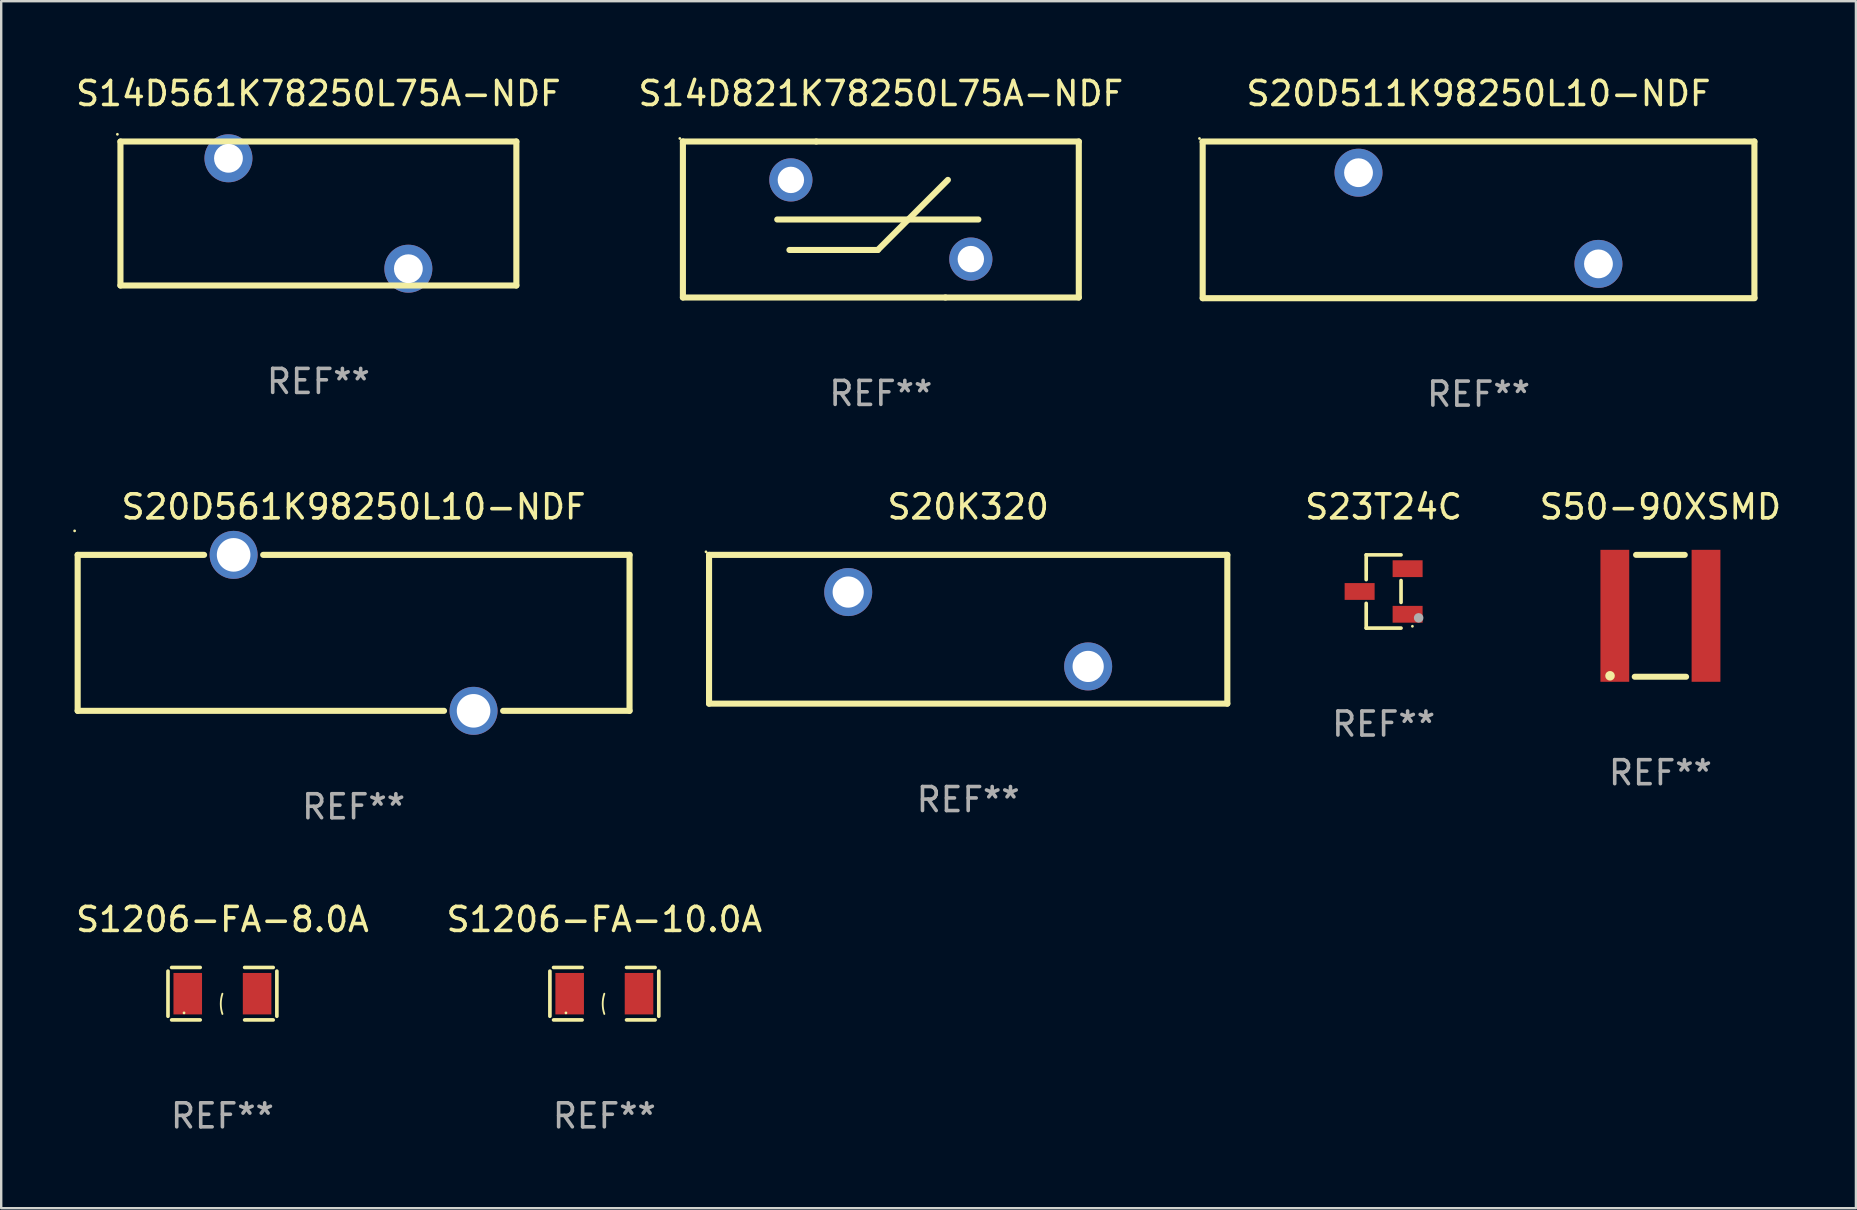
<source format=kicad_pcb>
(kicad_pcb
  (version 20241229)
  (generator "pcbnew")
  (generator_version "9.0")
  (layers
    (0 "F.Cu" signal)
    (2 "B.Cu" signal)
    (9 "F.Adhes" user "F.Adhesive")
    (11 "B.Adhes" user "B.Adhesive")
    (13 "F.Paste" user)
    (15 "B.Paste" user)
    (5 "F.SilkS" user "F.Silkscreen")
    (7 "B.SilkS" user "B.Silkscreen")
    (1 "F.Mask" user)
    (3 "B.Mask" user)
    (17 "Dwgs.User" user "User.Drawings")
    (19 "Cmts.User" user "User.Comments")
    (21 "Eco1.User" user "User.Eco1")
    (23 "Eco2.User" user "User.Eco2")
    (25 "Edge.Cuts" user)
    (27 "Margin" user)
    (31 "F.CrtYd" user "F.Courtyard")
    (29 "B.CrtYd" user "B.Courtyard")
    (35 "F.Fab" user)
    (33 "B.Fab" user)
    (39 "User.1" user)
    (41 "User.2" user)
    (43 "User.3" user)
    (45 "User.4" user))
  (footprint "S50-90XSMD"
    (layer "F.Cu")
    (at 66.151 22.615)
    (property "Reference" "S50-90XSMD" (at 0 -4.54 0) (layer "F.SilkS") (effects (font (size 1 1) (thickness 0.15))))
    (attr through_hole)
    (fp_line (start -1.071 2.54) (end 1.071 2.54) (stroke (width 0.25) (type solid)) (layer "F.SilkS"))
    (fp_line (start -1.016 -2.54) (end 1.016 -2.54) (stroke (width 0.25) (type solid)) (layer "F.SilkS"))
    (fp_circle (center -2.1 2.5) (end -2 2.5) (stroke (width 0.2) (type solid)) (fill no) (layer "F.SilkS"))
    (fp_text user "REF**" (at 0 6.54 0) (layer "F.Fab") (effects (font (size 1 1) (thickness 0.15))))
    (pad "1" smd rect (at -1.9 0) (size 1.2 5.5) (layers "F.Cu" "F.Mask" "F.Paste"))
    (pad "2" smd rect (at 1.9 0) (size 1.2 5.5) (layers "F.Cu" "F.Mask" "F.Paste")))
  (footprint "S14D821K78250L75A-NDF"
    (layer "F.Cu")
    (at 33.661 6.098)
    (property "Reference" "S14D821K78250L75A-NDF" (at 0 -5.25 0) (layer "F.SilkS") (effects (font (size 1 1) (thickness 0.15))))
    (attr through_hole)
    (fp_line (start -8.25 -3.25) (end -2.692 -3.25) (stroke (width 0.254) (type solid)) (layer "F.SilkS"))
    (fp_line (start -8.25 3.25) (end -8.25 -3.25) (stroke (width 0.254) (type solid)) (layer "F.SilkS"))
    (fp_line (start -8.25 3.25) (end 2.692 3.25) (stroke (width 0.254) (type solid)) (layer "F.SilkS"))
    (fp_line (start -4.318 0) (end 4.064 0) (stroke (width 0.254) (type solid)) (layer "F.SilkS"))
    (fp_line (start -3.81 1.27) (end -0.127 1.27) (stroke (width 0.254) (type solid)) (layer "F.SilkS"))
    (fp_line (start -2.692 -3.25) (end 8.25 -3.25) (stroke (width 0.254) (type solid)) (layer "F.SilkS"))
    (fp_line (start -0.127 1.27) (end 2.794 -1.651) (stroke (width 0.254) (type solid)) (layer "F.SilkS"))
    (fp_line (start 2.692 3.25) (end 8.25 3.25) (stroke (width 0.254) (type solid)) (layer "F.SilkS"))
    (fp_line (start 8.25 -3.25) (end 8.25 3.25) (stroke (width 0.254) (type solid)) (layer "F.SilkS"))
    (fp_circle (center -8.377 -3.377) (end -8.347 -3.377) (stroke (width 0.06) (type solid)) (fill no) (layer "F.SilkS"))
    (fp_text user "REF**" (at 0 7.25 0) (layer "F.Fab") (effects (font (size 1 1) (thickness 0.15))))
    (pad "1" thru_hole circle (at -3.75 -1.65) (size 1.8 1.8) (drill 1.1) (layers "*.Cu" "*.Mask"))
    (pad "2" thru_hole circle (at 3.75 1.65) (size 1.8 1.8) (drill 1.1) (layers "*.Cu" "*.Mask")))
  (footprint "S20K320"
    (layer "F.Cu")
    (at 37.301 23.175)
    (property "Reference" "S20K320" (at 0 -5.1 0) (layer "F.SilkS") (effects (font (size 1 1) (thickness 0.15))))
    (attr through_hole)
    (fp_line (start -10.8 -3.1) (end 10.8 -3.1) (stroke (width 0.254) (type solid)) (layer "F.SilkS"))
    (fp_line (start -10.8 3.1) (end -10.8 -3.1) (stroke (width 0.254) (type solid)) (layer "F.SilkS"))
    (fp_line (start 10.8 -3.1) (end 10.8 3.1) (stroke (width 0.254) (type solid)) (layer "F.SilkS"))
    (fp_line (start 10.8 3.1) (end -10.8 3.1) (stroke (width 0.254) (type solid)) (layer "F.SilkS"))
    (fp_circle (center -10.927 -3.227) (end -10.897 -3.227) (stroke (width 0.06) (type solid)) (fill no) (layer "F.SilkS"))
    (fp_text user "REF**" (at 0 7.1 0) (layer "F.Fab") (effects (font (size 1 1) (thickness 0.15))))
    (pad "1" thru_hole circle (at -5 -1.55) (size 2 2) (drill 1.3) (layers "*.Cu" "*.Mask"))
    (pad "2" thru_hole circle (at 5 1.55) (size 2 2) (drill 1.3) (layers "*.Cu" "*.Mask")))
  (footprint "S1206-FA-10.0A"
    (layer "F.Cu")
    (at 22.137 38.364)
    (property "Reference" "S1206-FA-10.0A" (at 0 -3.093 0) (layer "F.SilkS") (effects (font (size 1 1) (thickness 0.15))))
    (attr through_hole)
    (fp_line (start -2.269 -0.94) (end -2.269 0.94) (stroke (width 0.152) (type solid)) (layer "F.SilkS"))
    (fp_line (start -2.116 1.093) (end -0.926 1.093) (stroke (width 0.152) (type solid)) (layer "F.SilkS"))
    (fp_line (start -0.926 -1.093) (end -2.116 -1.093) (stroke (width 0.152) (type solid)) (layer "F.SilkS"))
    (fp_line (start 0.926 -1.093) (end 2.116 -1.093) (stroke (width 0.152) (type solid)) (layer "F.SilkS"))
    (fp_line (start 2.116 1.093) (end 0.926 1.093) (stroke (width 0.152) (type solid)) (layer "F.SilkS"))
    (fp_line (start 2.269 -0.94) (end 2.269 0.94) (stroke (width 0.152) (type solid)) (layer "F.SilkS"))
    (fp_arc (start 0 0.844951) (mid -0.068559 0.422475) (end 0 0) (stroke (width 0.0762) (type solid)) (layer "F.SilkS"))
    (fp_circle (center -1.6 0.8) (end -1.57 0.8) (stroke (width 0.06) (type solid)) (fill no) (layer "F.SilkS"))
    (fp_text user "REF**" (at 0 5.093 0) (layer "F.Fab") (effects (font (size 1 1) (thickness 0.15))))
    (pad "1" smd rect (at -1.445 0) (size 1.19 1.728) (layers "F.Cu" "F.Mask" "F.Paste"))
    (pad "2" smd rect (at 1.445 0) (size 1.19 1.728) (layers "F.Cu" "F.Mask" "F.Paste")))
  (footprint "S20D561K98250L10-NDF"
    (layer "F.Cu")
    (at 11.687 23.325)
    (property "Reference" "S20D561K98250L10-NDF" (at 0 -5.25 0) (layer "F.SilkS") (effects (font (size 1 1) (thickness 0.15))))
    (attr through_hole)
    (fp_line (start -11.5 -3.25) (end -6.231 -3.25) (stroke (width 0.254) (type solid)) (layer "F.SilkS"))
    (fp_line (start -11.5 3.25) (end -11.5 -3.25) (stroke (width 0.254) (type solid)) (layer "F.SilkS"))
    (fp_line (start -3.769 -3.25) (end 11.5 -3.25) (stroke (width 0.254) (type solid)) (layer "F.SilkS"))
    (fp_line (start 3.769 3.25) (end -11.5 3.25) (stroke (width 0.254) (type solid)) (layer "F.SilkS"))
    (fp_line (start 11.5 -3.25) (end 11.5 3.25) (stroke (width 0.254) (type solid)) (layer "F.SilkS"))
    (fp_line (start 11.5 3.25) (end 6.231 3.25) (stroke (width 0.254) (type solid)) (layer "F.SilkS"))
    (fp_circle (center -11.627 -4.25) (end -11.597 -4.25) (stroke (width 0.06) (type solid)) (fill no) (layer "F.SilkS"))
    (fp_text user "REF**" (at 0 7.25 0) (layer "F.Fab") (effects (font (size 1 1) (thickness 0.15))))
    (pad "1" thru_hole circle (at -5 -3.25) (size 2 2) (drill 1.4) (layers "*.Cu" "*.Mask"))
    (pad "2" thru_hole circle (at 5 3.25) (size 2 2) (drill 1.4) (layers "*.Cu" "*.Mask")))
  (footprint "S23T24C"
    (layer "F.Cu")
    (at 54.615 21.601)
    (property "Reference" "S23T24C" (at 0 -3.526 0) (layer "F.SilkS") (effects (font (size 1 1) (thickness 0.15))))
    (attr through_hole)
    (fp_line (start -0.726 -1.526) (end -0.726 -0.495) (stroke (width 0.152) (type solid)) (layer "F.SilkS"))
    (fp_line (start -0.726 1.526) (end -0.726 0.495) (stroke (width 0.152) (type solid)) (layer "F.SilkS"))
    (fp_line (start 0.726 -1.526) (end -0.726 -1.526) (stroke (width 0.152) (type solid)) (layer "F.SilkS"))
    (fp_line (start 0.726 -0.455) (end 0.726 0.455) (stroke (width 0.152) (type solid)) (layer "F.SilkS"))
    (fp_line (start 0.726 1.526) (end -0.726 1.526) (stroke (width 0.152) (type solid)) (layer "F.SilkS"))
    (fp_circle (center 1.2 1.45) (end 1.23 1.45) (stroke (width 0.06) (type solid)) (fill no) (layer "F.SilkS"))
    (fp_circle (center 1.46 1.1) (end 1.56 1.1) (stroke (width 0.2) (type solid)) (fill no) (layer "F.Fab"))
    (fp_text user "REF**" (at 0 5.526 0) (layer "F.Fab") (effects (font (size 1 1) (thickness 0.15))))
    (pad "1" smd rect (at 1 0.95) (size 1.25 0.7) (layers "F.Cu" "F.Mask" "F.Paste"))
    (pad "2" smd rect (at 1 -0.95) (size 1.25 0.7) (layers "F.Cu" "F.Mask" "F.Paste"))
    (pad "3" smd rect (at -1 0) (size 1.25 0.7) (layers "F.Cu" "F.Mask" "F.Paste")))
  (footprint "S20D511K98250L10-NDF"
    (layer "F.Cu")
    (at 58.572 6.113)
    (property "Reference" "S20D511K98250L10-NDF" (at 0 -5.265 0) (layer "F.SilkS") (effects (font (size 1 1) (thickness 0.15))))
    (attr through_hole)
    (fp_line (start -11.504 -3.265) (end 11.496 -3.265) (stroke (width 0.254) (type solid)) (layer "F.SilkS"))
    (fp_line (start -11.498 3.265) (end -11.498 -3.235) (stroke (width 0.254) (type solid)) (layer "F.SilkS"))
    (fp_line (start 11.496 -3.265) (end 11.496 3.235) (stroke (width 0.254) (type solid)) (layer "F.SilkS"))
    (fp_line (start 11.504 3.265) (end -11.498 3.265) (stroke (width 0.254) (type solid)) (layer "F.SilkS"))
    (fp_circle (center -11.631 -3.392) (end -11.601 -3.392) (stroke (width 0.06) (type solid)) (fill no) (layer "F.SilkS"))
    (fp_text user "REF**" (at 0 7.265 0) (layer "F.Fab") (effects (font (size 1 1) (thickness 0.15))))
    (pad "1" thru_hole circle (at -5.004 -1.965) (size 2 2) (drill 1.2) (layers "*.Cu" "*.Mask"))
    (pad "2" thru_hole circle (at 4.996 1.835) (size 2 2) (drill 1.2) (layers "*.Cu" "*.Mask")))
  (footprint "S1206-FA-8.0A"
    (layer "F.Cu")
    (at 6.22 38.364)
    (property "Reference" "S1206-FA-8.0A" (at 0 -3.093 0) (layer "F.SilkS") (effects (font (size 1 1) (thickness 0.15))))
    (attr through_hole)
    (fp_line (start -2.269 -0.94) (end -2.269 0.94) (stroke (width 0.152) (type solid)) (layer "F.SilkS"))
    (fp_line (start -2.116 1.093) (end -0.926 1.093) (stroke (width 0.152) (type solid)) (layer "F.SilkS"))
    (fp_line (start -0.926 -1.093) (end -2.116 -1.093) (stroke (width 0.152) (type solid)) (layer "F.SilkS"))
    (fp_line (start 0.926 -1.093) (end 2.116 -1.093) (stroke (width 0.152) (type solid)) (layer "F.SilkS"))
    (fp_line (start 2.116 1.093) (end 0.926 1.093) (stroke (width 0.152) (type solid)) (layer "F.SilkS"))
    (fp_line (start 2.269 -0.94) (end 2.269 0.94) (stroke (width 0.152) (type solid)) (layer "F.SilkS"))
    (fp_arc (start 0 0.844951) (mid -0.068559 0.422475) (end 0 0) (stroke (width 0.0762) (type solid)) (layer "F.SilkS"))
    (fp_circle (center -1.6 0.8) (end -1.57 0.8) (stroke (width 0.06) (type solid)) (fill no) (layer "F.SilkS"))
    (fp_text user "REF**" (at 0 5.093 0) (layer "F.Fab") (effects (font (size 1 1) (thickness 0.15))))
    (pad "1" smd rect (at -1.445 0) (size 1.19 1.728) (layers "F.Cu" "F.Mask" "F.Paste"))
    (pad "2" smd rect (at 1.445 0) (size 1.19 1.728) (layers "F.Cu" "F.Mask" "F.Paste")))
  (footprint "S14D561K78250L75A-NDF"
    (layer "F.Cu")
    (at 10.22 5.848)
    (property "Reference" "S14D561K78250L75A-NDF" (at 0 -5 0) (layer "F.SilkS") (effects (font (size 1 1) (thickness 0.15))))
    (attr through_hole)
    (fp_line (start -8.25 -3) (end 8.25 -3) (stroke (width 0.254) (type solid)) (layer "F.SilkS"))
    (fp_line (start -8.25 3) (end -8.25 -2.999) (stroke (width 0.254) (type solid)) (layer "F.SilkS"))
    (fp_line (start 8.25 -3) (end 8.25 3) (stroke (width 0.254) (type solid)) (layer "F.SilkS"))
    (fp_line (start 8.25 3) (end -8.25 3) (stroke (width 0.254) (type solid)) (layer "F.SilkS"))
    (fp_circle (center -8.377 -3.301) (end -8.347 -3.301) (stroke (width 0.06) (type solid)) (fill no) (layer "F.SilkS"))
    (fp_text user "REF**" (at 0 7 0) (layer "F.Fab") (effects (font (size 1 1) (thickness 0.15))))
    (pad "1" thru_hole circle (at -3.749 -2.301) (size 2 2) (drill 1.2) (layers "*.Cu" "*.Mask"))
    (pad "2" thru_hole circle (at 3.749 2.301) (size 2 2) (drill 1.2) (layers "*.Cu" "*.Mask")))
  (gr_rect
    (start -3 -3)
    (end 74.299 47.305)
    (stroke (width 0.1) (type default))
    (fill no)
    (layer "Edge.Cuts")))
</source>
